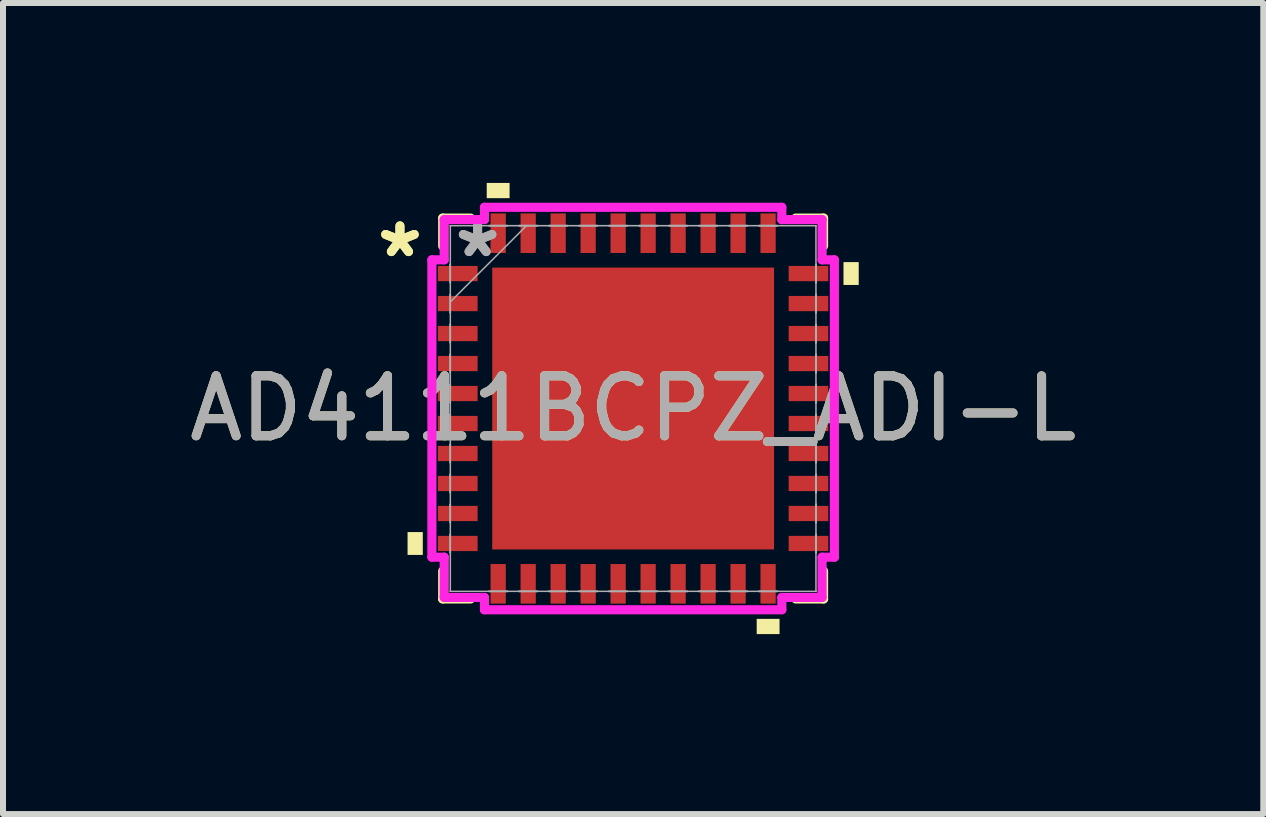
<source format=kicad_pcb>
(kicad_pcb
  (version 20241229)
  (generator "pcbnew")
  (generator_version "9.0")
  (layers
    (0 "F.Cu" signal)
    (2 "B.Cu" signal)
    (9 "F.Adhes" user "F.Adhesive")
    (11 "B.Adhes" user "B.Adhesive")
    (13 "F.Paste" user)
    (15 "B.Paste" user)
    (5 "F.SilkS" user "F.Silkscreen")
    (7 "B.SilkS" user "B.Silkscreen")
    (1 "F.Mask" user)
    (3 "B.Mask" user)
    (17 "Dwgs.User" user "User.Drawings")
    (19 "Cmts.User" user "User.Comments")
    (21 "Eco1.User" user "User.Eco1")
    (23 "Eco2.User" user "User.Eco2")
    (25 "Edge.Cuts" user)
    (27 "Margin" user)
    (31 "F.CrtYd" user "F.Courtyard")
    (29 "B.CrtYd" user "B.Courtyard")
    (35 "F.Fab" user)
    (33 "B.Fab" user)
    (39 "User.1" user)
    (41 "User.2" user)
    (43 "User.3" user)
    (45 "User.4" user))
  (footprint "AD4111BCPZ_ADI-L"
    (layer "F.Cu")
    (at 7.506 3.761)
    (property "Reference" "AD4111BCPZ_ADI-L" (at 0 0 0) (unlocked yes) (layer "F.SilkS") (effects (font (size 1 1) (thickness 0.15))))
    (attr smd)
    (fp_line (start -3.175 -3.175) (end -3.175 -2.71) (stroke (width 0.152) (type solid)) (layer "F.SilkS"))
    (fp_line (start -3.175 2.71) (end -3.175 3.175) (stroke (width 0.152) (type solid)) (layer "F.SilkS"))
    (fp_line (start -3.175 3.175) (end -2.71 3.175) (stroke (width 0.152) (type solid)) (layer "F.SilkS"))
    (fp_line (start -2.71 -3.175) (end -3.175 -3.175) (stroke (width 0.152) (type solid)) (layer "F.SilkS"))
    (fp_line (start 2.71 3.175) (end 3.175 3.175) (stroke (width 0.152) (type solid)) (layer "F.SilkS"))
    (fp_line (start 3.175 -3.175) (end 2.71 -3.175) (stroke (width 0.152) (type solid)) (layer "F.SilkS"))
    (fp_line (start 3.175 -2.71) (end 3.175 -3.175) (stroke (width 0.152) (type solid)) (layer "F.SilkS"))
    (fp_line (start 3.175 3.175) (end 3.175 2.71) (stroke (width 0.152) (type solid)) (layer "F.SilkS"))
    (fp_poly (pts (xy -3.761 2.06) (xy -3.761 2.441) (xy -3.507 2.441) (xy -3.507 2.06)) (stroke (width 0) (type solid)) (fill yes) (layer "F.SilkS"))
    (fp_poly (pts (xy -2.441 -3.507) (xy -2.441 -3.761) (xy -2.06 -3.761) (xy -2.06 -3.507)) (stroke (width 0) (type solid)) (fill yes) (layer "F.SilkS"))
    (fp_poly (pts (xy 2.06 3.507) (xy 2.06 3.761) (xy 2.441 3.761) (xy 2.441 3.507)) (stroke (width 0) (type solid)) (fill yes) (layer "F.SilkS"))
    (fp_poly (pts (xy 3.761 -2.441) (xy 3.761 -2.06) (xy 3.507 -2.06) (xy 3.507 -2.441)) (stroke (width 0) (type solid)) (fill yes) (layer "F.SilkS"))
    (fp_poly (pts (xy -2.249 -2.249) (xy -2.249 -0.883) (xy -0.883 -0.883) (xy -0.883 -2.249)) (stroke (width 0) (type solid)) (fill yes) (layer "F.Paste"))
    (fp_poly (pts (xy -2.249 -0.683) (xy -2.249 0.683) (xy -0.883 0.683) (xy -0.883 -0.683)) (stroke (width 0) (type solid)) (fill yes) (layer "F.Paste"))
    (fp_poly (pts (xy -2.249 0.883) (xy -2.249 2.249) (xy -0.883 2.249) (xy -0.883 0.883)) (stroke (width 0) (type solid)) (fill yes) (layer "F.Paste"))
    (fp_poly (pts (xy -0.683 -2.249) (xy -0.683 -0.883) (xy 0.683 -0.883) (xy 0.683 -2.249)) (stroke (width 0) (type solid)) (fill yes) (layer "F.Paste"))
    (fp_poly (pts (xy -0.683 -0.683) (xy -0.683 0.683) (xy 0.683 0.683) (xy 0.683 -0.683)) (stroke (width 0) (type solid)) (fill yes) (layer "F.Paste"))
    (fp_poly (pts (xy -0.683 0.883) (xy -0.683 2.249) (xy 0.683 2.249) (xy 0.683 0.883)) (stroke (width 0) (type solid)) (fill yes) (layer "F.Paste"))
    (fp_poly (pts (xy 0.883 -2.249) (xy 0.883 -0.883) (xy 2.249 -0.883) (xy 2.249 -2.249)) (stroke (width 0) (type solid)) (fill yes) (layer "F.Paste"))
    (fp_poly (pts (xy 0.883 -0.683) (xy 0.883 0.683) (xy 2.249 0.683) (xy 2.249 -0.683)) (stroke (width 0) (type solid)) (fill yes) (layer "F.Paste"))
    (fp_poly (pts (xy 0.883 0.883) (xy 0.883 2.249) (xy 2.249 2.249) (xy 2.249 0.883)) (stroke (width 0) (type solid)) (fill yes) (layer "F.Paste"))
    (fp_line (start -3.355 -2.479) (end -3.15 -2.479) (stroke (width 0.152) (type solid)) (layer "F.CrtYd"))
    (fp_line (start -3.355 2.479) (end -3.355 -2.479) (stroke (width 0.152) (type solid)) (layer "F.CrtYd"))
    (fp_line (start -3.15 -3.15) (end -2.479 -3.15) (stroke (width 0.152) (type solid)) (layer "F.CrtYd"))
    (fp_line (start -3.15 -2.479) (end -3.15 -3.15) (stroke (width 0.152) (type solid)) (layer "F.CrtYd"))
    (fp_line (start -3.15 2.479) (end -3.355 2.479) (stroke (width 0.152) (type solid)) (layer "F.CrtYd"))
    (fp_line (start -3.15 3.15) (end -3.15 2.479) (stroke (width 0.152) (type solid)) (layer "F.CrtYd"))
    (fp_line (start -2.479 -3.355) (end 2.479 -3.355) (stroke (width 0.152) (type solid)) (layer "F.CrtYd"))
    (fp_line (start -2.479 -3.15) (end -2.479 -3.355) (stroke (width 0.152) (type solid)) (layer "F.CrtYd"))
    (fp_line (start -2.479 3.15) (end -3.15 3.15) (stroke (width 0.152) (type solid)) (layer "F.CrtYd"))
    (fp_line (start -2.479 3.355) (end -2.479 3.15) (stroke (width 0.152) (type solid)) (layer "F.CrtYd"))
    (fp_line (start 2.479 -3.355) (end 2.479 -3.15) (stroke (width 0.152) (type solid)) (layer "F.CrtYd"))
    (fp_line (start 2.479 -3.15) (end 3.15 -3.15) (stroke (width 0.152) (type solid)) (layer "F.CrtYd"))
    (fp_line (start 2.479 3.15) (end 2.479 3.355) (stroke (width 0.152) (type solid)) (layer "F.CrtYd"))
    (fp_line (start 2.479 3.355) (end -2.479 3.355) (stroke (width 0.152) (type solid)) (layer "F.CrtYd"))
    (fp_line (start 3.15 -3.15) (end 3.15 -2.479) (stroke (width 0.152) (type solid)) (layer "F.CrtYd"))
    (fp_line (start 3.15 -2.479) (end 3.355 -2.479) (stroke (width 0.152) (type solid)) (layer "F.CrtYd"))
    (fp_line (start 3.15 2.479) (end 3.15 3.15) (stroke (width 0.152) (type solid)) (layer "F.CrtYd"))
    (fp_line (start 3.15 3.15) (end 2.479 3.15) (stroke (width 0.152) (type solid)) (layer "F.CrtYd"))
    (fp_line (start 3.355 -2.479) (end 3.355 2.479) (stroke (width 0.152) (type solid)) (layer "F.CrtYd"))
    (fp_line (start 3.355 2.479) (end 3.15 2.479) (stroke (width 0.152) (type solid)) (layer "F.CrtYd"))
    (fp_line (start -3.05 -2.402) (end -3.05 -2.098) (stroke (width 0.025) (type solid)) (layer "F.Fab"))
    (fp_line (start -3.05 -2.098) (end -3.048 -2.098) (stroke (width 0.025) (type solid)) (layer "F.Fab"))
    (fp_line (start -3.05 -1.902) (end -3.05 -1.598) (stroke (width 0.025) (type solid)) (layer "F.Fab"))
    (fp_line (start -3.05 -1.598) (end -3.048 -1.598) (stroke (width 0.025) (type solid)) (layer "F.Fab"))
    (fp_line (start -3.05 -1.402) (end -3.05 -1.098) (stroke (width 0.025) (type solid)) (layer "F.Fab"))
    (fp_line (start -3.05 -1.098) (end -3.048 -1.098) (stroke (width 0.025) (type solid)) (layer "F.Fab"))
    (fp_line (start -3.05 -0.902) (end -3.05 -0.598) (stroke (width 0.025) (type solid)) (layer "F.Fab"))
    (fp_line (start -3.05 -0.598) (end -3.048 -0.598) (stroke (width 0.025) (type solid)) (layer "F.Fab"))
    (fp_line (start -3.05 -0.402) (end -3.05 -0.098) (stroke (width 0.025) (type solid)) (layer "F.Fab"))
    (fp_line (start -3.05 -0.098) (end -3.048 -0.098) (stroke (width 0.025) (type solid)) (layer "F.Fab"))
    (fp_line (start -3.05 0.098) (end -3.05 0.402) (stroke (width 0.025) (type solid)) (layer "F.Fab"))
    (fp_line (start -3.05 0.402) (end -3.048 0.402) (stroke (width 0.025) (type solid)) (layer "F.Fab"))
    (fp_line (start -3.05 0.598) (end -3.05 0.902) (stroke (width 0.025) (type solid)) (layer "F.Fab"))
    (fp_line (start -3.05 0.902) (end -3.048 0.902) (stroke (width 0.025) (type solid)) (layer "F.Fab"))
    (fp_line (start -3.05 1.098) (end -3.05 1.402) (stroke (width 0.025) (type solid)) (layer "F.Fab"))
    (fp_line (start -3.05 1.402) (end -3.048 1.402) (stroke (width 0.025) (type solid)) (layer "F.Fab"))
    (fp_line (start -3.05 1.598) (end -3.05 1.902) (stroke (width 0.025) (type solid)) (layer "F.Fab"))
    (fp_line (start -3.05 1.902) (end -3.048 1.902) (stroke (width 0.025) (type solid)) (layer "F.Fab"))
    (fp_line (start -3.05 2.098) (end -3.05 2.402) (stroke (width 0.025) (type solid)) (layer "F.Fab"))
    (fp_line (start -3.05 2.402) (end -3.048 2.402) (stroke (width 0.025) (type solid)) (layer "F.Fab"))
    (fp_line (start -3.048 -3.048) (end -3.048 -3.048) (stroke (width 0.025) (type solid)) (layer "F.Fab"))
    (fp_line (start -3.048 -3.048) (end -3.048 3.048) (stroke (width 0.025) (type solid)) (layer "F.Fab"))
    (fp_line (start -3.048 -2.402) (end -3.05 -2.402) (stroke (width 0.025) (type solid)) (layer "F.Fab"))
    (fp_line (start -3.048 -2.098) (end -3.048 -2.402) (stroke (width 0.025) (type solid)) (layer "F.Fab"))
    (fp_line (start -3.048 -1.902) (end -3.05 -1.902) (stroke (width 0.025) (type solid)) (layer "F.Fab"))
    (fp_line (start -3.048 -1.778) (end -1.778 -3.048) (stroke (width 0.025) (type solid)) (layer "F.Fab"))
    (fp_line (start -3.048 -1.598) (end -3.048 -1.902) (stroke (width 0.025) (type solid)) (layer "F.Fab"))
    (fp_line (start -3.048 -1.402) (end -3.05 -1.402) (stroke (width 0.025) (type solid)) (layer "F.Fab"))
    (fp_line (start -3.048 -1.098) (end -3.048 -1.402) (stroke (width 0.025) (type solid)) (layer "F.Fab"))
    (fp_line (start -3.048 -0.902) (end -3.05 -0.902) (stroke (width 0.025) (type solid)) (layer "F.Fab"))
    (fp_line (start -3.048 -0.598) (end -3.048 -0.902) (stroke (width 0.025) (type solid)) (layer "F.Fab"))
    (fp_line (start -3.048 -0.402) (end -3.05 -0.402) (stroke (width 0.025) (type solid)) (layer "F.Fab"))
    (fp_line (start -3.048 -0.098) (end -3.048 -0.402) (stroke (width 0.025) (type solid)) (layer "F.Fab"))
    (fp_line (start -3.048 0.098) (end -3.05 0.098) (stroke (width 0.025) (type solid)) (layer "F.Fab"))
    (fp_line (start -3.048 0.402) (end -3.048 0.098) (stroke (width 0.025) (type solid)) (layer "F.Fab"))
    (fp_line (start -3.048 0.598) (end -3.05 0.598) (stroke (width 0.025) (type solid)) (layer "F.Fab"))
    (fp_line (start -3.048 0.902) (end -3.048 0.598) (stroke (width 0.025) (type solid)) (layer "F.Fab"))
    (fp_line (start -3.048 1.098) (end -3.05 1.098) (stroke (width 0.025) (type solid)) (layer "F.Fab"))
    (fp_line (start -3.048 1.402) (end -3.048 1.098) (stroke (width 0.025) (type solid)) (layer "F.Fab"))
    (fp_line (start -3.048 1.598) (end -3.05 1.598) (stroke (width 0.025) (type solid)) (layer "F.Fab"))
    (fp_line (start -3.048 1.902) (end -3.048 1.598) (stroke (width 0.025) (type solid)) (layer "F.Fab"))
    (fp_line (start -3.048 2.098) (end -3.05 2.098) (stroke (width 0.025) (type solid)) (layer "F.Fab"))
    (fp_line (start -3.048 2.402) (end -3.048 2.098) (stroke (width 0.025) (type solid)) (layer "F.Fab"))
    (fp_line (start -3.048 3.048) (end -3.048 3.048) (stroke (width 0.025) (type solid)) (layer "F.Fab"))
    (fp_line (start -3.048 3.048) (end 3.048 3.048) (stroke (width 0.025) (type solid)) (layer "F.Fab"))
    (fp_line (start -2.402 -3.05) (end -2.402 -3.048) (stroke (width 0.025) (type solid)) (layer "F.Fab"))
    (fp_line (start -2.402 -3.048) (end -2.098 -3.048) (stroke (width 0.025) (type solid)) (layer "F.Fab"))
    (fp_line (start -2.402 3.048) (end -2.402 3.05) (stroke (width 0.025) (type solid)) (layer "F.Fab"))
    (fp_line (start -2.402 3.05) (end -2.098 3.05) (stroke (width 0.025) (type solid)) (layer "F.Fab"))
    (fp_line (start -2.098 -3.05) (end -2.402 -3.05) (stroke (width 0.025) (type solid)) (layer "F.Fab"))
    (fp_line (start -2.098 -3.048) (end -2.098 -3.05) (stroke (width 0.025) (type solid)) (layer "F.Fab"))
    (fp_line (start -2.098 3.048) (end -2.402 3.048) (stroke (width 0.025) (type solid)) (layer "F.Fab"))
    (fp_line (start -2.098 3.05) (end -2.098 3.048) (stroke (width 0.025) (type solid)) (layer "F.Fab"))
    (fp_line (start -1.902 -3.05) (end -1.902 -3.048) (stroke (width 0.025) (type solid)) (layer "F.Fab"))
    (fp_line (start -1.902 -3.048) (end -1.598 -3.048) (stroke (width 0.025) (type solid)) (layer "F.Fab"))
    (fp_line (start -1.902 3.048) (end -1.902 3.05) (stroke (width 0.025) (type solid)) (layer "F.Fab"))
    (fp_line (start -1.902 3.05) (end -1.598 3.05) (stroke (width 0.025) (type solid)) (layer "F.Fab"))
    (fp_line (start -1.598 -3.05) (end -1.902 -3.05) (stroke (width 0.025) (type solid)) (layer "F.Fab"))
    (fp_line (start -1.598 -3.048) (end -1.598 -3.05) (stroke (width 0.025) (type solid)) (layer "F.Fab"))
    (fp_line (start -1.598 3.048) (end -1.902 3.048) (stroke (width 0.025) (type solid)) (layer "F.Fab"))
    (fp_line (start -1.598 3.05) (end -1.598 3.048) (stroke (width 0.025) (type solid)) (layer "F.Fab"))
    (fp_line (start -1.402 -3.05) (end -1.402 -3.048) (stroke (width 0.025) (type solid)) (layer "F.Fab"))
    (fp_line (start -1.402 -3.048) (end -1.098 -3.048) (stroke (width 0.025) (type solid)) (layer "F.Fab"))
    (fp_line (start -1.402 3.048) (end -1.402 3.05) (stroke (width 0.025) (type solid)) (layer "F.Fab"))
    (fp_line (start -1.402 3.05) (end -1.098 3.05) (stroke (width 0.025) (type solid)) (layer "F.Fab"))
    (fp_line (start -1.098 -3.05) (end -1.402 -3.05) (stroke (width 0.025) (type solid)) (layer "F.Fab"))
    (fp_line (start -1.098 -3.048) (end -1.098 -3.05) (stroke (width 0.025) (type solid)) (layer "F.Fab"))
    (fp_line (start -1.098 3.048) (end -1.402 3.048) (stroke (width 0.025) (type solid)) (layer "F.Fab"))
    (fp_line (start -1.098 3.05) (end -1.098 3.048) (stroke (width 0.025) (type solid)) (layer "F.Fab"))
    (fp_line (start -0.902 -3.05) (end -0.902 -3.048) (stroke (width 0.025) (type solid)) (layer "F.Fab"))
    (fp_line (start -0.902 -3.048) (end -0.598 -3.048) (stroke (width 0.025) (type solid)) (layer "F.Fab"))
    (fp_line (start -0.902 3.048) (end -0.902 3.05) (stroke (width 0.025) (type solid)) (layer "F.Fab"))
    (fp_line (start -0.902 3.05) (end -0.598 3.05) (stroke (width 0.025) (type solid)) (layer "F.Fab"))
    (fp_line (start -0.598 -3.05) (end -0.902 -3.05) (stroke (width 0.025) (type solid)) (layer "F.Fab"))
    (fp_line (start -0.598 -3.048) (end -0.598 -3.05) (stroke (width 0.025) (type solid)) (layer "F.Fab"))
    (fp_line (start -0.598 3.048) (end -0.902 3.048) (stroke (width 0.025) (type solid)) (layer "F.Fab"))
    (fp_line (start -0.598 3.05) (end -0.598 3.048) (stroke (width 0.025) (type solid)) (layer "F.Fab"))
    (fp_line (start -0.402 -3.05) (end -0.402 -3.048) (stroke (width 0.025) (type solid)) (layer "F.Fab"))
    (fp_line (start -0.402 -3.048) (end -0.098 -3.048) (stroke (width 0.025) (type solid)) (layer "F.Fab"))
    (fp_line (start -0.402 3.048) (end -0.402 3.05) (stroke (width 0.025) (type solid)) (layer "F.Fab"))
    (fp_line (start -0.402 3.05) (end -0.098 3.05) (stroke (width 0.025) (type solid)) (layer "F.Fab"))
    (fp_line (start -0.098 -3.05) (end -0.402 -3.05) (stroke (width 0.025) (type solid)) (layer "F.Fab"))
    (fp_line (start -0.098 -3.048) (end -0.098 -3.05) (stroke (width 0.025) (type solid)) (layer "F.Fab"))
    (fp_line (start -0.098 3.048) (end -0.402 3.048) (stroke (width 0.025) (type solid)) (layer "F.Fab"))
    (fp_line (start -0.098 3.05) (end -0.098 3.048) (stroke (width 0.025) (type solid)) (layer "F.Fab"))
    (fp_line (start 0.098 -3.05) (end 0.098 -3.048) (stroke (width 0.025) (type solid)) (layer "F.Fab"))
    (fp_line (start 0.098 -3.048) (end 0.402 -3.048) (stroke (width 0.025) (type solid)) (layer "F.Fab"))
    (fp_line (start 0.098 3.048) (end 0.098 3.05) (stroke (width 0.025) (type solid)) (layer "F.Fab"))
    (fp_line (start 0.098 3.05) (end 0.402 3.05) (stroke (width 0.025) (type solid)) (layer "F.Fab"))
    (fp_line (start 0.402 -3.05) (end 0.098 -3.05) (stroke (width 0.025) (type solid)) (layer "F.Fab"))
    (fp_line (start 0.402 -3.048) (end 0.402 -3.05) (stroke (width 0.025) (type solid)) (layer "F.Fab"))
    (fp_line (start 0.402 3.048) (end 0.098 3.048) (stroke (width 0.025) (type solid)) (layer "F.Fab"))
    (fp_line (start 0.402 3.05) (end 0.402 3.048) (stroke (width 0.025) (type solid)) (layer "F.Fab"))
    (fp_line (start 0.598 -3.05) (end 0.598 -3.048) (stroke (width 0.025) (type solid)) (layer "F.Fab"))
    (fp_line (start 0.598 -3.048) (end 0.902 -3.048) (stroke (width 0.025) (type solid)) (layer "F.Fab"))
    (fp_line (start 0.598 3.048) (end 0.598 3.05) (stroke (width 0.025) (type solid)) (layer "F.Fab"))
    (fp_line (start 0.598 3.05) (end 0.902 3.05) (stroke (width 0.025) (type solid)) (layer "F.Fab"))
    (fp_line (start 0.902 -3.05) (end 0.598 -3.05) (stroke (width 0.025) (type solid)) (layer "F.Fab"))
    (fp_line (start 0.902 -3.048) (end 0.902 -3.05) (stroke (width 0.025) (type solid)) (layer "F.Fab"))
    (fp_line (start 0.902 3.048) (end 0.598 3.048) (stroke (width 0.025) (type solid)) (layer "F.Fab"))
    (fp_line (start 0.902 3.05) (end 0.902 3.048) (stroke (width 0.025) (type solid)) (layer "F.Fab"))
    (fp_line (start 1.098 -3.05) (end 1.098 -3.048) (stroke (width 0.025) (type solid)) (layer "F.Fab"))
    (fp_line (start 1.098 -3.048) (end 1.402 -3.048) (stroke (width 0.025) (type solid)) (layer "F.Fab"))
    (fp_line (start 1.098 3.048) (end 1.098 3.05) (stroke (width 0.025) (type solid)) (layer "F.Fab"))
    (fp_line (start 1.098 3.05) (end 1.402 3.05) (stroke (width 0.025) (type solid)) (layer "F.Fab"))
    (fp_line (start 1.402 -3.05) (end 1.098 -3.05) (stroke (width 0.025) (type solid)) (layer "F.Fab"))
    (fp_line (start 1.402 -3.048) (end 1.402 -3.05) (stroke (width 0.025) (type solid)) (layer "F.Fab"))
    (fp_line (start 1.402 3.048) (end 1.098 3.048) (stroke (width 0.025) (type solid)) (layer "F.Fab"))
    (fp_line (start 1.402 3.05) (end 1.402 3.048) (stroke (width 0.025) (type solid)) (layer "F.Fab"))
    (fp_line (start 1.598 -3.05) (end 1.598 -3.048) (stroke (width 0.025) (type solid)) (layer "F.Fab"))
    (fp_line (start 1.598 -3.048) (end 1.902 -3.048) (stroke (width 0.025) (type solid)) (layer "F.Fab"))
    (fp_line (start 1.598 3.048) (end 1.598 3.05) (stroke (width 0.025) (type solid)) (layer "F.Fab"))
    (fp_line (start 1.598 3.05) (end 1.902 3.05) (stroke (width 0.025) (type solid)) (layer "F.Fab"))
    (fp_line (start 1.902 -3.05) (end 1.598 -3.05) (stroke (width 0.025) (type solid)) (layer "F.Fab"))
    (fp_line (start 1.902 -3.048) (end 1.902 -3.05) (stroke (width 0.025) (type solid)) (layer "F.Fab"))
    (fp_line (start 1.902 3.048) (end 1.598 3.048) (stroke (width 0.025) (type solid)) (layer "F.Fab"))
    (fp_line (start 1.902 3.05) (end 1.902 3.048) (stroke (width 0.025) (type solid)) (layer "F.Fab"))
    (fp_line (start 2.098 -3.05) (end 2.098 -3.048) (stroke (width 0.025) (type solid)) (layer "F.Fab"))
    (fp_line (start 2.098 -3.048) (end 2.402 -3.048) (stroke (width 0.025) (type solid)) (layer "F.Fab"))
    (fp_line (start 2.098 3.048) (end 2.098 3.05) (stroke (width 0.025) (type solid)) (layer "F.Fab"))
    (fp_line (start 2.098 3.05) (end 2.402 3.05) (stroke (width 0.025) (type solid)) (layer "F.Fab"))
    (fp_line (start 2.402 -3.05) (end 2.098 -3.05) (stroke (width 0.025) (type solid)) (layer "F.Fab"))
    (fp_line (start 2.402 -3.048) (end 2.402 -3.05) (stroke (width 0.025) (type solid)) (layer "F.Fab"))
    (fp_line (start 2.402 3.048) (end 2.098 3.048) (stroke (width 0.025) (type solid)) (layer "F.Fab"))
    (fp_line (start 2.402 3.05) (end 2.402 3.048) (stroke (width 0.025) (type solid)) (layer "F.Fab"))
    (fp_line (start 3.048 -3.048) (end -3.048 -3.048) (stroke (width 0.025) (type solid)) (layer "F.Fab"))
    (fp_line (start 3.048 -3.048) (end 3.048 -3.048) (stroke (width 0.025) (type solid)) (layer "F.Fab"))
    (fp_line (start 3.048 -2.402) (end 3.048 -2.098) (stroke (width 0.025) (type solid)) (layer "F.Fab"))
    (fp_line (start 3.048 -2.098) (end 3.05 -2.098) (stroke (width 0.025) (type solid)) (layer "F.Fab"))
    (fp_line (start 3.048 -1.902) (end 3.048 -1.598) (stroke (width 0.025) (type solid)) (layer "F.Fab"))
    (fp_line (start 3.048 -1.598) (end 3.05 -1.598) (stroke (width 0.025) (type solid)) (layer "F.Fab"))
    (fp_line (start 3.048 -1.402) (end 3.048 -1.098) (stroke (width 0.025) (type solid)) (layer "F.Fab"))
    (fp_line (start 3.048 -1.098) (end 3.05 -1.098) (stroke (width 0.025) (type solid)) (layer "F.Fab"))
    (fp_line (start 3.048 -0.902) (end 3.048 -0.598) (stroke (width 0.025) (type solid)) (layer "F.Fab"))
    (fp_line (start 3.048 -0.598) (end 3.05 -0.598) (stroke (width 0.025) (type solid)) (layer "F.Fab"))
    (fp_line (start 3.048 -0.402) (end 3.048 -0.098) (stroke (width 0.025) (type solid)) (layer "F.Fab"))
    (fp_line (start 3.048 -0.098) (end 3.05 -0.098) (stroke (width 0.025) (type solid)) (layer "F.Fab"))
    (fp_line (start 3.048 0.098) (end 3.048 0.402) (stroke (width 0.025) (type solid)) (layer "F.Fab"))
    (fp_line (start 3.048 0.402) (end 3.05 0.402) (stroke (width 0.025) (type solid)) (layer "F.Fab"))
    (fp_line (start 3.048 0.598) (end 3.048 0.902) (stroke (width 0.025) (type solid)) (layer "F.Fab"))
    (fp_line (start 3.048 0.902) (end 3.05 0.902) (stroke (width 0.025) (type solid)) (layer "F.Fab"))
    (fp_line (start 3.048 1.098) (end 3.048 1.402) (stroke (width 0.025) (type solid)) (layer "F.Fab"))
    (fp_line (start 3.048 1.402) (end 3.05 1.402) (stroke (width 0.025) (type solid)) (layer "F.Fab"))
    (fp_line (start 3.048 1.598) (end 3.048 1.902) (stroke (width 0.025) (type solid)) (layer "F.Fab"))
    (fp_line (start 3.048 1.902) (end 3.05 1.902) (stroke (width 0.025) (type solid)) (layer "F.Fab"))
    (fp_line (start 3.048 2.098) (end 3.048 2.402) (stroke (width 0.025) (type solid)) (layer "F.Fab"))
    (fp_line (start 3.048 2.402) (end 3.05 2.402) (stroke (width 0.025) (type solid)) (layer "F.Fab"))
    (fp_line (start 3.048 3.048) (end 3.048 -3.048) (stroke (width 0.025) (type solid)) (layer "F.Fab"))
    (fp_line (start 3.048 3.048) (end 3.048 3.048) (stroke (width 0.025) (type solid)) (layer "F.Fab"))
    (fp_line (start 3.05 -2.402) (end 3.048 -2.402) (stroke (width 0.025) (type solid)) (layer "F.Fab"))
    (fp_line (start 3.05 -2.098) (end 3.05 -2.402) (stroke (width 0.025) (type solid)) (layer "F.Fab"))
    (fp_line (start 3.05 -1.902) (end 3.048 -1.902) (stroke (width 0.025) (type solid)) (layer "F.Fab"))
    (fp_line (start 3.05 -1.598) (end 3.05 -1.902) (stroke (width 0.025) (type solid)) (layer "F.Fab"))
    (fp_line (start 3.05 -1.402) (end 3.048 -1.402) (stroke (width 0.025) (type solid)) (layer "F.Fab"))
    (fp_line (start 3.05 -1.098) (end 3.05 -1.402) (stroke (width 0.025) (type solid)) (layer "F.Fab"))
    (fp_line (start 3.05 -0.902) (end 3.048 -0.902) (stroke (width 0.025) (type solid)) (layer "F.Fab"))
    (fp_line (start 3.05 -0.598) (end 3.05 -0.902) (stroke (width 0.025) (type solid)) (layer "F.Fab"))
    (fp_line (start 3.05 -0.402) (end 3.048 -0.402) (stroke (width 0.025) (type solid)) (layer "F.Fab"))
    (fp_line (start 3.05 -0.098) (end 3.05 -0.402) (stroke (width 0.025) (type solid)) (layer "F.Fab"))
    (fp_line (start 3.05 0.098) (end 3.048 0.098) (stroke (width 0.025) (type solid)) (layer "F.Fab"))
    (fp_line (start 3.05 0.402) (end 3.05 0.098) (stroke (width 0.025) (type solid)) (layer "F.Fab"))
    (fp_line (start 3.05 0.598) (end 3.048 0.598) (stroke (width 0.025) (type solid)) (layer "F.Fab"))
    (fp_line (start 3.05 0.902) (end 3.05 0.598) (stroke (width 0.025) (type solid)) (layer "F.Fab"))
    (fp_line (start 3.05 1.098) (end 3.048 1.098) (stroke (width 0.025) (type solid)) (layer "F.Fab"))
    (fp_line (start 3.05 1.402) (end 3.05 1.098) (stroke (width 0.025) (type solid)) (layer "F.Fab"))
    (fp_line (start 3.05 1.598) (end 3.048 1.598) (stroke (width 0.025) (type solid)) (layer "F.Fab"))
    (fp_line (start 3.05 1.902) (end 3.05 1.598) (stroke (width 0.025) (type solid)) (layer "F.Fab"))
    (fp_line (start 3.05 2.098) (end 3.048 2.098) (stroke (width 0.025) (type solid)) (layer "F.Fab"))
    (fp_line (start 3.05 2.402) (end 3.05 2.098) (stroke (width 0.025) (type solid)) (layer "F.Fab"))
    (fp_text user "*" (at -3.888 -2.5 0) (unlocked yes) (layer "F.SilkS") (effects (font (size 1 1) (thickness 0.15))))
    (fp_text user "*" (at -3.888 -2.5 0) (layer "F.SilkS") (effects (font (size 1 1) (thickness 0.15))))
    (fp_text user "*" (at -2.593 -2.5 0) (layer "F.Fab") (effects (font (size 1 1) (thickness 0.15))))
    (fp_text user "${REFERENCE}" (at 0 0 0) (unlocked yes) (layer "F.Fab") (effects (font (size 1 1) (thickness 0.15))))
    (fp_text user "*" (at -2.593 -2.5 0) (unlocked yes) (layer "F.Fab") (effects (font (size 1 1) (thickness 0.15))))
    (pad "1" smd rect (at -2.923 -2.25 90) (size 0.254 0.66) (layers "F.Cu" "F.Mask" "F.Paste"))
    (pad "2" smd rect (at -2.923 -1.75 90) (size 0.254 0.66) (layers "F.Cu" "F.Mask" "F.Paste"))
    (pad "3" smd rect (at -2.923 -1.25 90) (size 0.254 0.66) (layers "F.Cu" "F.Mask" "F.Paste"))
    (pad "4" smd rect (at -2.923 -0.75 90) (size 0.254 0.66) (layers "F.Cu" "F.Mask" "F.Paste"))
    (pad "5" smd rect (at -2.923 -0.25 90) (size 0.254 0.66) (layers "F.Cu" "F.Mask" "F.Paste"))
    (pad "6" smd rect (at -2.923 0.25 90) (size 0.254 0.66) (layers "F.Cu" "F.Mask" "F.Paste"))
    (pad "7" smd rect (at -2.923 0.75 90) (size 0.254 0.66) (layers "F.Cu" "F.Mask" "F.Paste"))
    (pad "8" smd rect (at -2.923 1.25 90) (size 0.254 0.66) (layers "F.Cu" "F.Mask" "F.Paste"))
    (pad "9" smd rect (at -2.923 1.75 90) (size 0.254 0.66) (layers "F.Cu" "F.Mask" "F.Paste"))
    (pad "10" smd rect (at -2.923 2.25 90) (size 0.254 0.66) (layers "F.Cu" "F.Mask" "F.Paste"))
    (pad "11" smd rect (at -2.25 2.923) (size 0.254 0.66) (layers "F.Cu" "F.Mask" "F.Paste"))
    (pad "12" smd rect (at -1.75 2.923) (size 0.254 0.66) (layers "F.Cu" "F.Mask" "F.Paste"))
    (pad "13" smd rect (at -1.25 2.923) (size 0.254 0.66) (layers "F.Cu" "F.Mask" "F.Paste"))
    (pad "14" smd rect (at -0.75 2.923) (size 0.254 0.66) (layers "F.Cu" "F.Mask" "F.Paste"))
    (pad "15" smd rect (at -0.25 2.923) (size 0.254 0.66) (layers "F.Cu" "F.Mask" "F.Paste"))
    (pad "16" smd rect (at 0.25 2.923) (size 0.254 0.66) (layers "F.Cu" "F.Mask" "F.Paste"))
    (pad "17" smd rect (at 0.75 2.923) (size 0.254 0.66) (layers "F.Cu" "F.Mask" "F.Paste"))
    (pad "18" smd rect (at 1.25 2.923) (size 0.254 0.66) (layers "F.Cu" "F.Mask" "F.Paste"))
    (pad "19" smd rect (at 1.75 2.923) (size 0.254 0.66) (layers "F.Cu" "F.Mask" "F.Paste"))
    (pad "20" smd rect (at 2.25 2.923) (size 0.254 0.66) (layers "F.Cu" "F.Mask" "F.Paste"))
    (pad "21" smd rect (at 2.923 2.25 90) (size 0.254 0.66) (layers "F.Cu" "F.Mask" "F.Paste"))
    (pad "22" smd rect (at 2.923 1.75 90) (size 0.254 0.66) (layers "F.Cu" "F.Mask" "F.Paste"))
    (pad "23" smd rect (at 2.923 1.25 90) (size 0.254 0.66) (layers "F.Cu" "F.Mask" "F.Paste"))
    (pad "24" smd rect (at 2.923 0.75 90) (size 0.254 0.66) (layers "F.Cu" "F.Mask" "F.Paste"))
    (pad "25" smd rect (at 2.923 0.25 90) (size 0.254 0.66) (layers "F.Cu" "F.Mask" "F.Paste"))
    (pad "26" smd rect (at 2.923 -0.25 90) (size 0.254 0.66) (layers "F.Cu" "F.Mask" "F.Paste"))
    (pad "27" smd rect (at 2.923 -0.75 90) (size 0.254 0.66) (layers "F.Cu" "F.Mask" "F.Paste"))
    (pad "28" smd rect (at 2.923 -1.25 90) (size 0.254 0.66) (layers "F.Cu" "F.Mask" "F.Paste"))
    (pad "29" smd rect (at 2.923 -1.75 90) (size 0.254 0.66) (layers "F.Cu" "F.Mask" "F.Paste"))
    (pad "30" smd rect (at 2.923 -2.25 90) (size 0.254 0.66) (layers "F.Cu" "F.Mask" "F.Paste"))
    (pad "31" smd rect (at 2.25 -2.923) (size 0.254 0.66) (layers "F.Cu" "F.Mask" "F.Paste"))
    (pad "32" smd rect (at 1.75 -2.923) (size 0.254 0.66) (layers "F.Cu" "F.Mask" "F.Paste"))
    (pad "33" smd rect (at 1.25 -2.923) (size 0.254 0.66) (layers "F.Cu" "F.Mask" "F.Paste"))
    (pad "34" smd rect (at 0.75 -2.923) (size 0.254 0.66) (layers "F.Cu" "F.Mask" "F.Paste"))
    (pad "35" smd rect (at 0.25 -2.923) (size 0.254 0.66) (layers "F.Cu" "F.Mask" "F.Paste"))
    (pad "36" smd rect (at -0.25 -2.923) (size 0.254 0.66) (layers "F.Cu" "F.Mask" "F.Paste"))
    (pad "37" smd rect (at -0.75 -2.923) (size 0.254 0.66) (layers "F.Cu" "F.Mask" "F.Paste"))
    (pad "38" smd rect (at -1.25 -2.923) (size 0.254 0.66) (layers "F.Cu" "F.Mask" "F.Paste"))
    (pad "39" smd rect (at -1.75 -2.923) (size 0.254 0.66) (layers "F.Cu" "F.Mask" "F.Paste"))
    (pad "40" smd rect (at -2.25 -2.923) (size 0.254 0.66) (layers "F.Cu" "F.Mask" "F.Paste"))
    (pad "41" smd rect (at 0 0) (size 4.699 4.699) (layers "F.Cu" "F.Mask")))
  (gr_rect
    (start -3 -3)
    (end 18.012 10.522)
    (stroke (width 0.1) (type default))
    (fill no)
    (layer "Edge.Cuts")))
</source>
